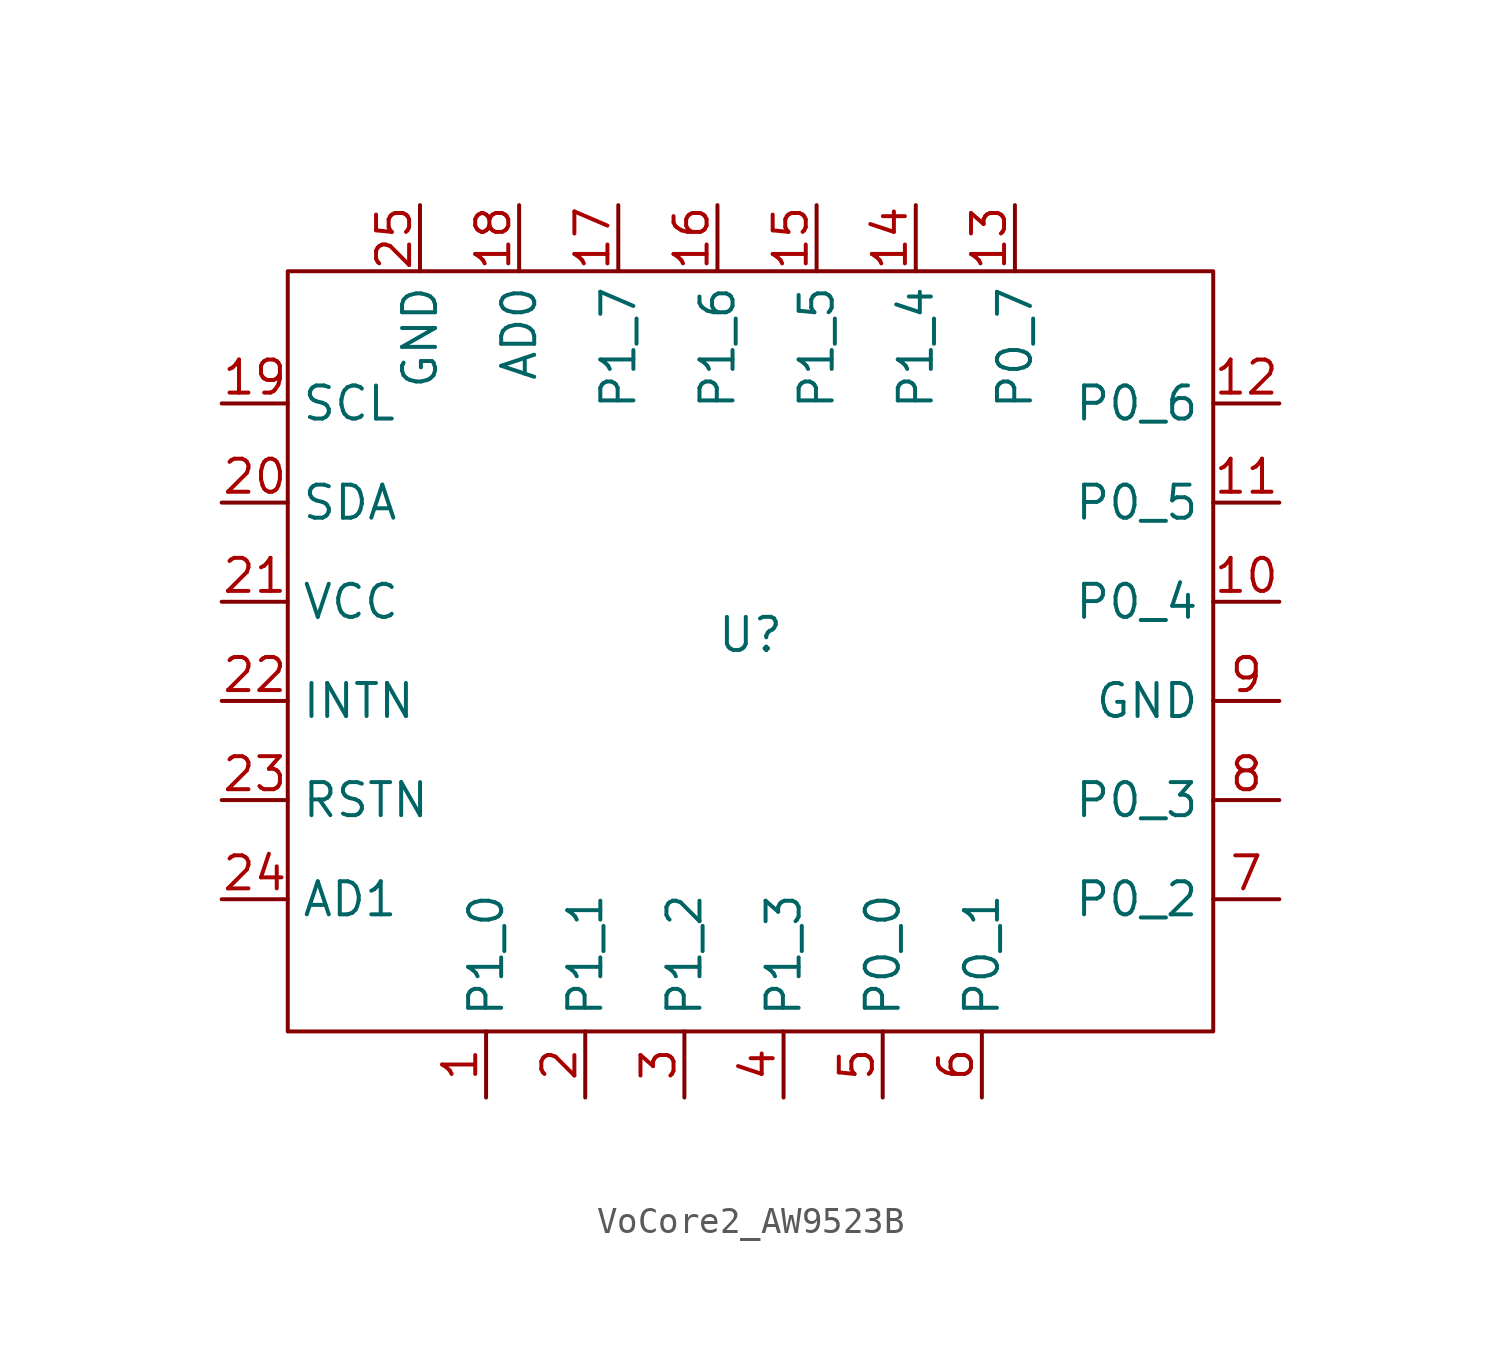
<source format=kicad_sym>
(kicad_symbol_lib
  (version 20241209)
  (generator "kicad_symbol_editor")
  (generator_version "9.0")
  (symbol "VoCore2_AW9523B"
    (property "Reference" "U"
      (at 0 0 0)
      (effects (font (size 1.27 1.27))))
    (symbol "VoCore2_AW9523B_1_0"
      (rectangle (start -17.78 13.97) (end 17.78 -15.24) (stroke (width 0) (type default)) (fill (type none)))
      (pin input line (at -20.32 8.89 0) (length 2.54) (name "SCL" (effects (font (size 1.27 1.27)))) (number "19" (effects (font (size 1.27 1.27)))))
      (pin input line (at -20.32 5.08 0) (length 2.54) (name "SDA" (effects (font (size 1.27 1.27)))) (number "20" (effects (font (size 1.27 1.27)))))
      (pin input line (at -20.32 1.27 0) (length 2.54) (name "VCC" (effects (font (size 1.27 1.27)))) (number "21" (effects (font (size 1.27 1.27)))))
      (pin input line (at -20.32 -2.54 0) (length 2.54) (name "INTN" (effects (font (size 1.27 1.27)))) (number "22" (effects (font (size 1.27 1.27)))))
      (pin input line (at -20.32 -6.35 0) (length 2.54) (name "RSTN" (effects (font (size 1.27 1.27)))) (number "23" (effects (font (size 1.27 1.27)))))
      (pin input line (at -20.32 -10.16 0) (length 2.54) (name "AD1" (effects (font (size 1.27 1.27)))) (number "24" (effects (font (size 1.27 1.27)))))
      (pin input line (at -12.7 16.51 270) (length 2.54) (name "GND" (effects (font (size 1.27 1.27)))) (number "25" (effects (font (size 1.27 1.27)))))
      (pin input line (at -10.16 -17.78 90) (length 2.54) (name "P1_0" (effects (font (size 1.27 1.27)))) (number "1" (effects (font (size 1.27 1.27)))))
      (pin input line (at -8.89 16.51 270) (length 2.54) (name "AD0" (effects (font (size 1.27 1.27)))) (number "18" (effects (font (size 1.27 1.27)))))
      (pin input line (at -6.35 -17.78 90) (length 2.54) (name "P1_1" (effects (font (size 1.27 1.27)))) (number "2" (effects (font (size 1.27 1.27)))))
      (pin input line (at -5.08 16.51 270) (length 2.54) (name "P1_7" (effects (font (size 1.27 1.27)))) (number "17" (effects (font (size 1.27 1.27)))))
      (pin input line (at -2.54 -17.78 90) (length 2.54) (name "P1_2" (effects (font (size 1.27 1.27)))) (number "3" (effects (font (size 1.27 1.27)))))
      (pin input line (at -1.27 16.51 270) (length 2.54) (name "P1_6" (effects (font (size 1.27 1.27)))) (number "16" (effects (font (size 1.27 1.27)))))
      (pin input line (at 1.27 -17.78 90) (length 2.54) (name "P1_3" (effects (font (size 1.27 1.27)))) (number "4" (effects (font (size 1.27 1.27)))))
      (pin input line (at 2.54 16.51 270) (length 2.54) (name "P1_5" (effects (font (size 1.27 1.27)))) (number "15" (effects (font (size 1.27 1.27)))))
      (pin input line (at 5.08 -17.78 90) (length 2.54) (name "P0_0" (effects (font (size 1.27 1.27)))) (number "5" (effects (font (size 1.27 1.27)))))
      (pin input line (at 6.35 16.51 270) (length 2.54) (name "P1_4" (effects (font (size 1.27 1.27)))) (number "14" (effects (font (size 1.27 1.27)))))
      (pin input line (at 8.89 -17.78 90) (length 2.54) (name "P0_1" (effects (font (size 1.27 1.27)))) (number "6" (effects (font (size 1.27 1.27)))))
      (pin input line (at 10.16 16.51 270) (length 2.54) (name "P0_7" (effects (font (size 1.27 1.27)))) (number "13" (effects (font (size 1.27 1.27)))))
      (pin input line (at 20.32 8.89 180) (length 2.54) (name "P0_6" (effects (font (size 1.27 1.27)))) (number "12" (effects (font (size 1.27 1.27)))))
      (pin input line (at 20.32 5.08 180) (length 2.54) (name "P0_5" (effects (font (size 1.27 1.27)))) (number "11" (effects (font (size 1.27 1.27)))))
      (pin input line (at 20.32 1.27 180) (length 2.54) (name "P0_4" (effects (font (size 1.27 1.27)))) (number "10" (effects (font (size 1.27 1.27)))))
      (pin input line (at 20.32 -2.54 180) (length 2.54) (name "GND" (effects (font (size 1.27 1.27)))) (number "9" (effects (font (size 1.27 1.27)))))
      (pin input line (at 20.32 -6.35 180) (length 2.54) (name "P0_3" (effects (font (size 1.27 1.27)))) (number "8" (effects (font (size 1.27 1.27)))))
      (pin input line (at 20.32 -10.16 180) (length 2.54) (name "P0_2" (effects (font (size 1.27 1.27)))) (number "7" (effects (font (size 1.27 1.27))))))))
</source>
